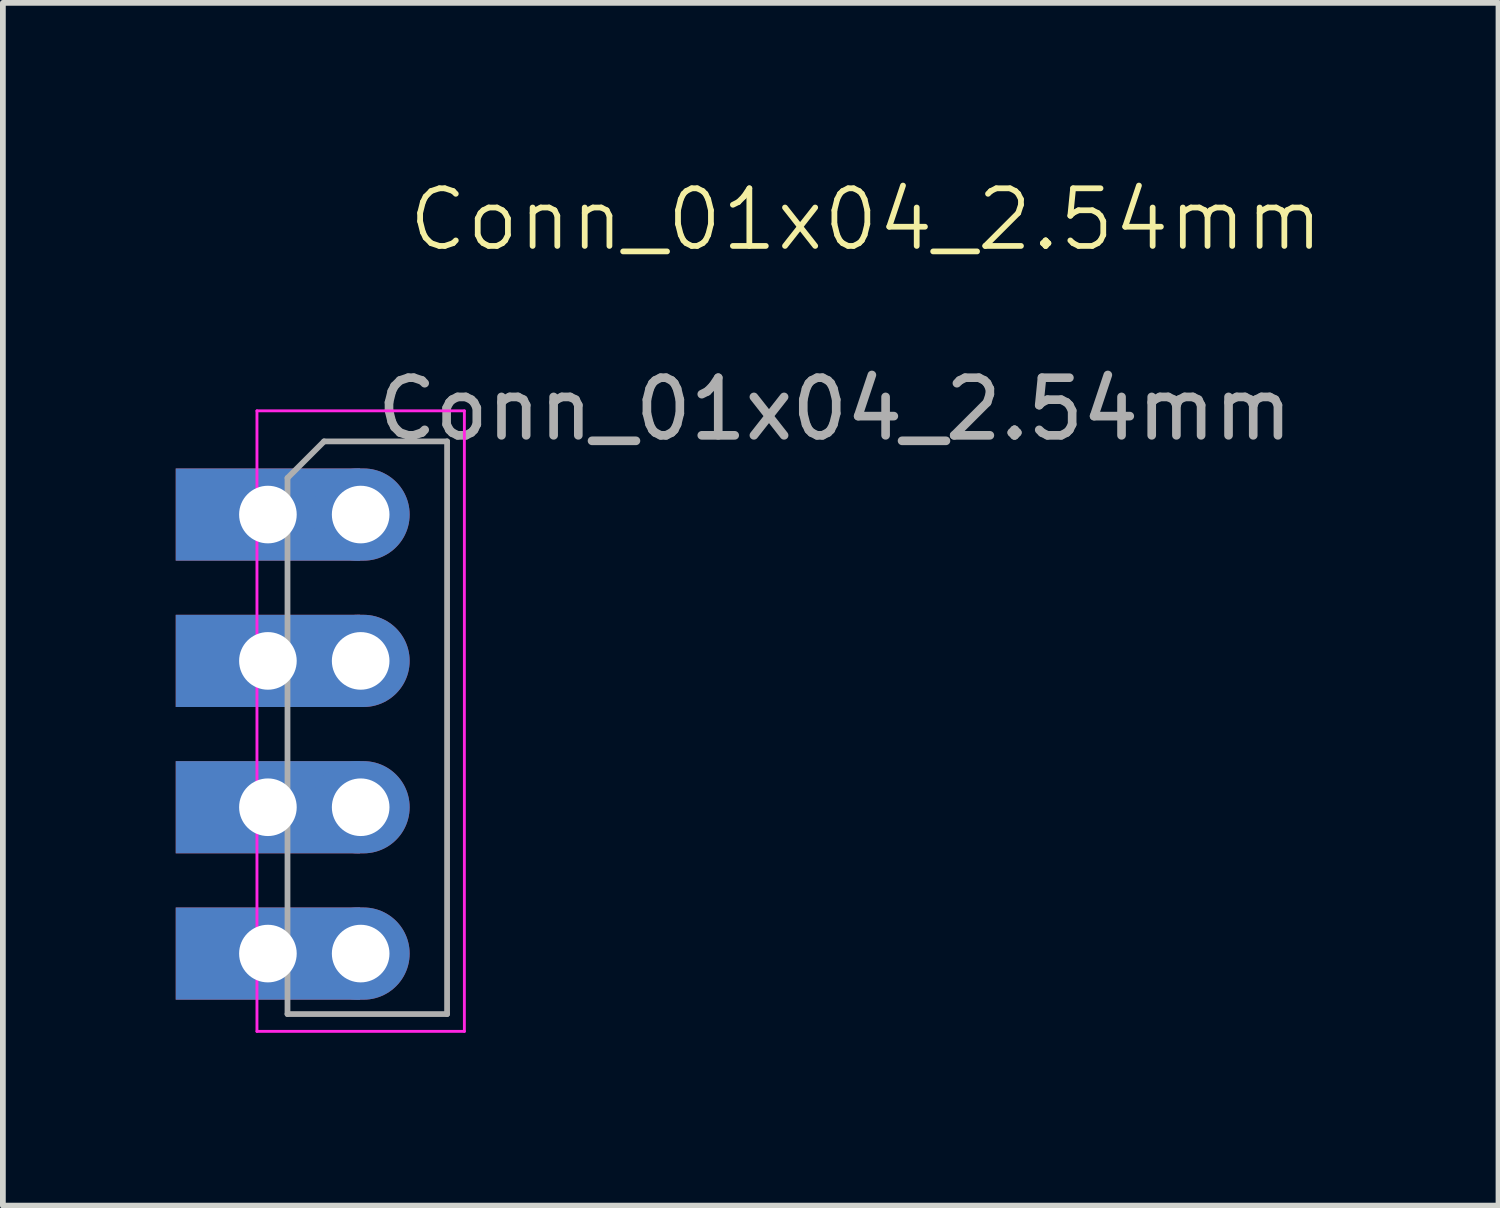
<source format=kicad_pcb>
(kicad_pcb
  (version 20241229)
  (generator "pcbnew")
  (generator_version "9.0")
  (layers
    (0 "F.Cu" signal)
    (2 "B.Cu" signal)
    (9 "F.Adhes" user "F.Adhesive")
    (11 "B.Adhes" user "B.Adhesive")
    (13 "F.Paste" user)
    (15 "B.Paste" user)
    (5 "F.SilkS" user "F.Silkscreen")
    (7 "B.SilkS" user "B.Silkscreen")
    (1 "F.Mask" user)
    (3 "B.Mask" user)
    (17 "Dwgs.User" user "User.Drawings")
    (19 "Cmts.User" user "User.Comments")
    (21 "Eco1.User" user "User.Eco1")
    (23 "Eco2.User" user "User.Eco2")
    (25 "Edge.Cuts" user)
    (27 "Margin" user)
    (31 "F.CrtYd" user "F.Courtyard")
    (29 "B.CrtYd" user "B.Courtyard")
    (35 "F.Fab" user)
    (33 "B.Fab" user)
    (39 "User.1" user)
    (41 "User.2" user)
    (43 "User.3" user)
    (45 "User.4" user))
  (footprint "Conn_01x04_2.54mm"
    (layer "F.Cu")
    (at 1.46 9.591)
    (property "Reference" "Conn_01x04_2.54mm" (at 10.52 -8.83 0) (unlocked yes) (layer "F.SilkS") (effects (font (size 1 1) (thickness 0.1))))
    (attr through_hole)
    (fp_line (start -0.05 -5.51) (end -0.05 5.26) (stroke (width 0.05) (type default)) (layer "F.CrtYd"))
    (fp_line (start -0.05 5.26) (end 3.55 5.26) (stroke (width 0.05) (type default)) (layer "F.CrtYd"))
    (fp_line (start 3.55 -5.51) (end -0.05 -5.51) (stroke (width 0.05) (type solid)) (layer "F.CrtYd"))
    (fp_line (start 3.55 5.26) (end 3.55 -5.51) (stroke (width 0.05) (type default)) (layer "F.CrtYd"))
    (fp_line (start 0.48 -4.345) (end 0.48 4.96) (stroke (width 0.1) (type default)) (layer "F.Fab"))
    (fp_line (start 0.48 -4.345) (end 1.115 -4.98) (stroke (width 0.1) (type solid)) (layer "F.Fab"))
    (fp_line (start 0.48 4.96) (end 3.25 4.96) (stroke (width 0.1) (type default)) (layer "F.Fab"))
    (fp_line (start 1.115 -4.98) (end 3.25 -4.98) (stroke (width 0.1) (type solid)) (layer "F.Fab"))
    (fp_line (start 3.25 4.96) (end 3.25 -4.98) (stroke (width 0.1) (type default)) (layer "F.Fab"))
    (fp_text user "${REFERENCE}" (at 9.98 -5.54 0) (unlocked yes) (layer "F.Fab") (effects (font (size 1 1) (thickness 0.15))))
    (pad "1" thru_hole rect (at 0.14 -3.71) (size 3.2 1.6) (drill 1) (layers "*.Cu" "*.Mask"))
    (pad "1" thru_hole oval (at 1.75 -3.71) (size 1.7 1.6) (drill 1) (layers "*.Cu" "*.Mask"))
    (pad "2" thru_hole rect (at 0.14 -1.17) (size 3.2 1.6) (drill 1) (layers "*.Cu" "*.Mask"))
    (pad "2" thru_hole oval (at 1.75 -1.17) (size 1.7 1.6) (drill 1) (layers "*.Cu" "*.Mask"))
    (pad "3" thru_hole rect (at 0.14 1.37) (size 3.2 1.6) (drill 1) (layers "*.Cu" "*.Mask"))
    (pad "3" thru_hole oval (at 1.75 1.37) (size 1.7 1.6) (drill 1) (layers "*.Cu" "*.Mask"))
    (pad "4" thru_hole rect (at 0.14 3.91) (size 3.2 1.6) (drill 1) (layers "*.Cu" "*.Mask"))
    (pad "4" thru_hole oval (at 1.75 3.91) (size 1.7 1.6) (drill 1) (layers "*.Cu" "*.Mask")))
  (gr_rect
    (start -3 -3)
    (end 22.959 17.875)
    (stroke (width 0.1) (type default))
    (fill no)
    (layer "Edge.Cuts")))
</source>
